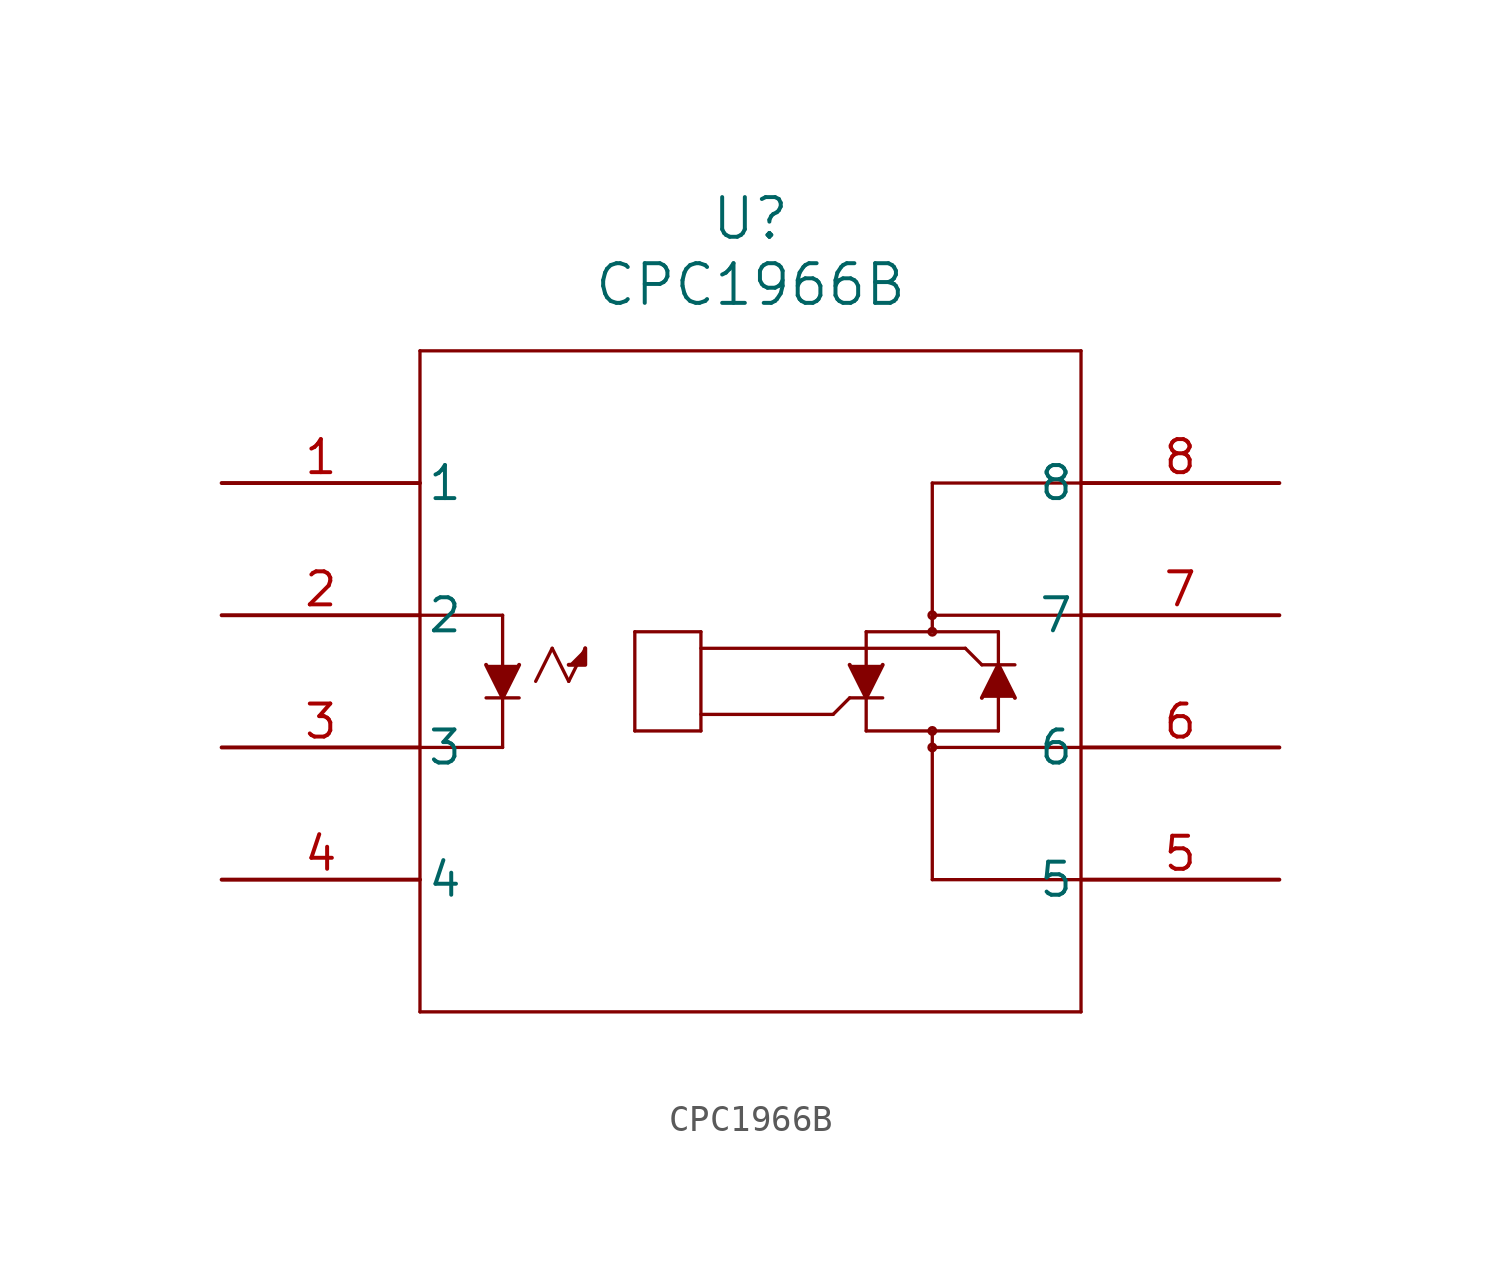
<source format=kicad_sym>
(kicad_symbol_lib
  (version 20220914)
  (generator kicad_symbol_editor)
  (symbol "CPC1966B"
    (pin_names
      (offset 0.254))
    (property "Reference" "U"
      (at 20.32 10.16 0)
      (effects (font (size 1.524 1.524))))
    (property "Value" "CPC1966B"
      (at 20.32 7.62 0)
      (effects (font (size 1.524 1.524))))
    (symbol "CPC1966B_0_1"
      (polyline (pts (xy 7.62 -20.32) (xy 33.02 -20.32)) (stroke (width 0.127) (type default)) (fill (type none)))
      (polyline (pts (xy 7.62 -10.16) (xy 10.795 -10.16)) (stroke (width 0.127) (type default)) (fill (type none)))
      (polyline (pts (xy 7.62 -5.08) (xy 10.795 -5.08)) (stroke (width 0.127) (type default)) (fill (type none)))
      (polyline (pts (xy 7.62 5.08) (xy 7.62 -20.32)) (stroke (width 0.127) (type default)) (fill (type none)))
      (polyline (pts (xy 10.16 -8.255) (xy 11.43 -8.255)) (stroke (width 0.127) (type default)) (fill (type none)))
      (polyline (pts (xy 10.795 -5.08) (xy 10.795 -10.16)) (stroke (width 0.127) (type default)) (fill (type none)))
      (polyline (pts (xy 12.065 -7.62) (xy 12.7 -6.35)) (stroke (width 0.127) (type default)) (fill (type none)))
      (polyline (pts (xy 12.7 -6.35) (xy 13.335 -7.62)) (stroke (width 0.127) (type default)) (fill (type none)))
      (polyline (pts (xy 13.335 -7.62) (xy 13.97 -6.35)) (stroke (width 0.127) (type default)) (fill (type none)))
      (polyline (pts (xy 15.875 -9.525) (xy 18.415 -9.525)) (stroke (width 0.127) (type default)) (fill (type none)))
      (polyline (pts (xy 15.875 -5.715) (xy 15.875 -9.525)) (stroke (width 0.127) (type default)) (fill (type none)))
      (polyline (pts (xy 18.415 -8.89) (xy 23.495 -8.89)) (stroke (width 0.127) (type default)) (fill (type none)))
      (polyline (pts (xy 18.415 -5.715) (xy 15.875 -5.715)) (stroke (width 0.127) (type default)) (fill (type none)))
      (polyline (pts (xy 18.415 -5.715) (xy 18.415 -9.525)) (stroke (width 0.127) (type default)) (fill (type none)))
      (polyline (pts (xy 23.495 -8.89) (xy 24.13 -8.255)) (stroke (width 0.127) (type default)) (fill (type none)))
      (polyline (pts (xy 24.13 -8.255) (xy 25.4 -8.255)) (stroke (width 0.127) (type default)) (fill (type none)))
      (polyline (pts (xy 24.765 -5.715) (xy 24.765 -9.525)) (stroke (width 0.127) (type default)) (fill (type none)))
      (polyline (pts (xy 24.765 -5.715) (xy 29.845 -5.715)) (stroke (width 0.127) (type default)) (fill (type none)))
      (polyline (pts (xy 27.305 -10.16) (xy 33.02 -10.16)) (stroke (width 0.127) (type default)) (fill (type none)))
      (polyline (pts (xy 27.305 -9.525) (xy 27.305 -15.24)) (stroke (width 0.127) (type default)) (fill (type none)))
      (polyline (pts (xy 27.305 -5.715) (xy 27.305 0)) (stroke (width 0.127) (type default)) (fill (type none)))
      (polyline (pts (xy 27.305 0) (xy 33.02 0)) (stroke (width 0.127) (type default)) (fill (type none)))
      (polyline (pts (xy 28.575 -6.35) (xy 18.415 -6.35)) (stroke (width 0.127) (type default)) (fill (type none)))
      (polyline (pts (xy 29.21 -6.985) (xy 28.575 -6.35)) (stroke (width 0.127) (type default)) (fill (type none)))
      (polyline (pts (xy 29.845 -9.525) (xy 24.765 -9.525)) (stroke (width 0.127) (type default)) (fill (type none)))
      (polyline (pts (xy 29.845 -5.715) (xy 29.845 -9.525)) (stroke (width 0.127) (type default)) (fill (type none)))
      (polyline (pts (xy 30.48 -6.985) (xy 29.21 -6.985)) (stroke (width 0.127) (type default)) (fill (type none)))
      (polyline (pts (xy 33.02 -20.32) (xy 33.02 5.08)) (stroke (width 0.127) (type default)) (fill (type none)))
      (polyline (pts (xy 33.02 -15.24) (xy 27.305 -15.24)) (stroke (width 0.127) (type default)) (fill (type none)))
      (polyline (pts (xy 33.02 -5.08) (xy 27.305 -5.08)) (stroke (width 0.127) (type default)) (fill (type none)))
      (polyline (pts (xy 33.02 5.08) (xy 7.62 5.08)) (stroke (width 0.127) (type default)) (fill (type none)))
      (polyline (pts (xy 10.16 -6.985) (xy 10.795 -8.255) (xy 11.43 -6.985)) (stroke (width 0) (type default)) (fill (type outline)))
      (polyline (pts (xy 13.97 -6.35) (xy 13.97 -6.985) (xy 13.335 -6.985)) (stroke (width 0) (type default)) (fill (type outline)))
      (polyline (pts (xy 24.13 -6.985) (xy 24.765 -8.255) (xy 25.4 -6.985)) (stroke (width 0) (type default)) (fill (type outline)))
      (polyline (pts (xy 30.48 -8.255) (xy 29.845 -6.985) (xy 29.21 -8.255)) (stroke (width 0) (type default)) (fill (type outline)))
      (circle (center 27.305 -10.16) (radius 0.127) (stroke (width 0.127) (type default)) (fill (type none)))
      (circle (center 27.305 -9.525) (radius 0.127) (stroke (width 0.127) (type default)) (fill (type none)))
      (circle (center 27.305 -5.715) (radius 0.127) (stroke (width 0.127) (type default)) (fill (type none)))
      (circle (center 27.305 -5.08) (radius 0.127) (stroke (width 0.127) (type default)) (fill (type none)))
      (pin unspecified line (at 0 0 0) (length 7.62) (name "1" (effects (font (size 1.27 1.27)))) (number "1" (effects (font (size 1.27 1.27)))))
      (pin unspecified line (at 0 -5.08 0) (length 7.62) (name "2" (effects (font (size 1.27 1.27)))) (number "2" (effects (font (size 1.27 1.27)))))
      (pin unspecified line (at 0 -10.16 0) (length 7.62) (name "3" (effects (font (size 1.27 1.27)))) (number "3" (effects (font (size 1.27 1.27)))))
      (pin unspecified line (at 0 -15.24 0) (length 7.62) (name "4" (effects (font (size 1.27 1.27)))) (number "4" (effects (font (size 1.27 1.27)))))
      (pin unspecified line (at 40.64 -15.24 180) (length 7.62) (name "5" (effects (font (size 1.27 1.27)))) (number "5" (effects (font (size 1.27 1.27)))))
      (pin unspecified line (at 40.64 -10.16 180) (length 7.62) (name "6" (effects (font (size 1.27 1.27)))) (number "6" (effects (font (size 1.27 1.27)))))
      (pin unspecified line (at 40.64 -5.08 180) (length 7.62) (name "7" (effects (font (size 1.27 1.27)))) (number "7" (effects (font (size 1.27 1.27)))))
      (pin unspecified line (at 40.64 0 180) (length 7.62) (name "8" (effects (font (size 1.27 1.27)))) (number "8" (effects (font (size 1.27 1.27))))))))
</source>
